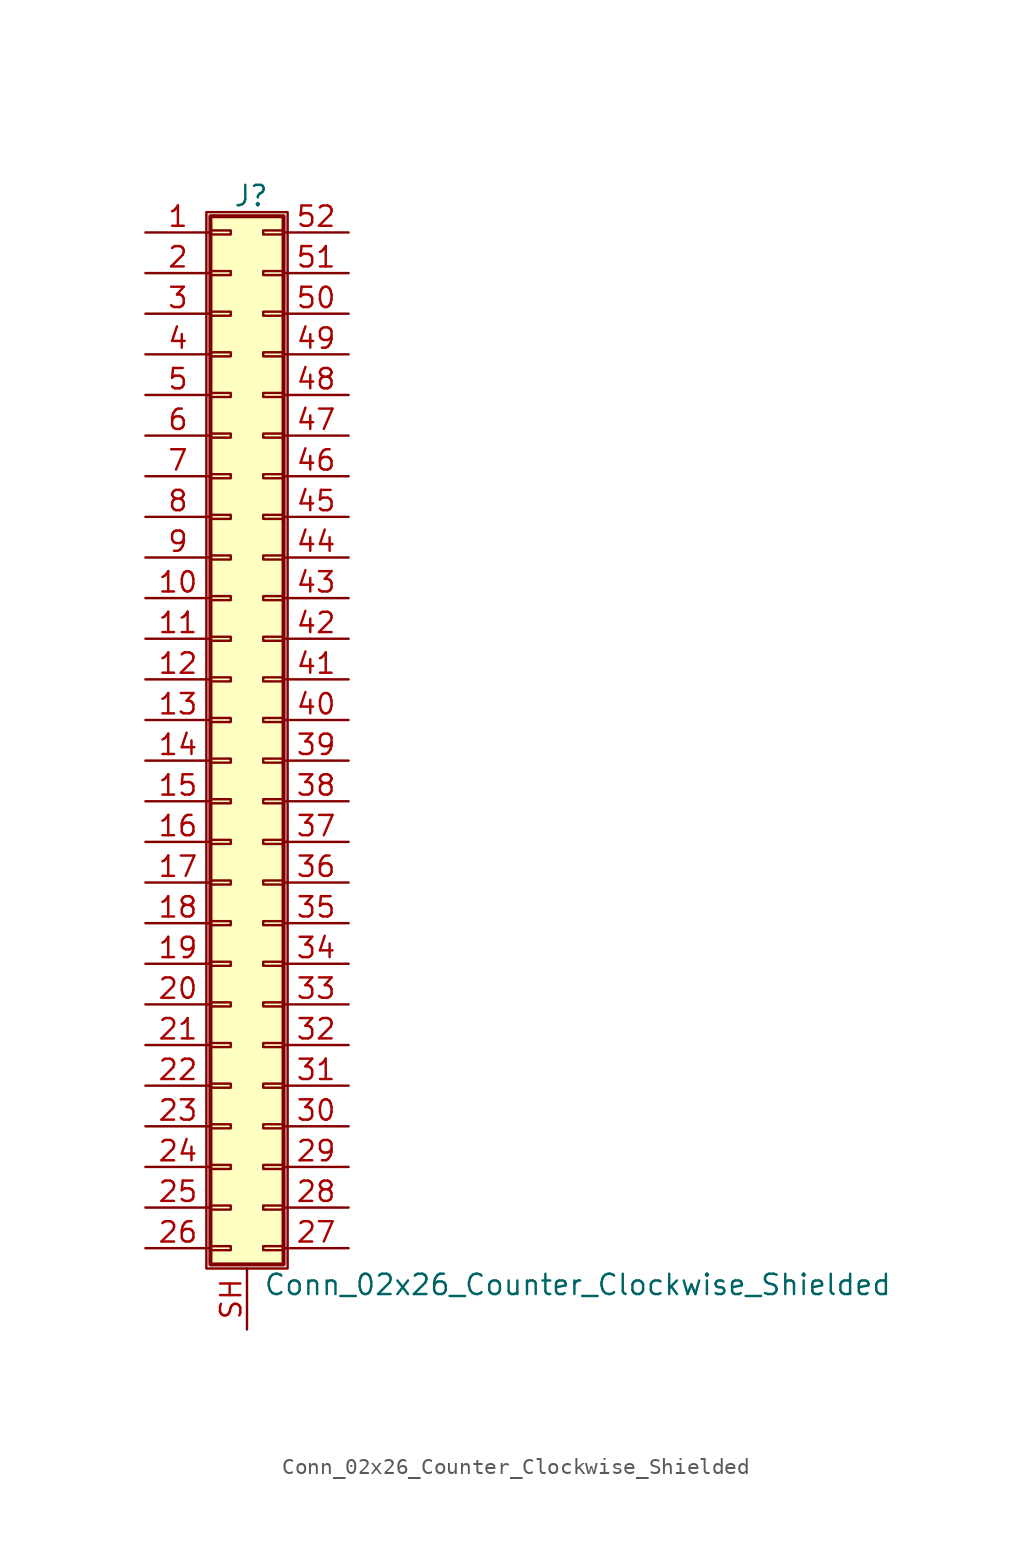
<source format=kicad_sym>
(kicad_symbol_lib
  (version 20201005)
  (generator kicad_symbol_editor)
  (symbol "Connector_Generic_Shielded:Conn_02x26_Counter_Clockwise_Shielded"
    (pin_names
      (offset 1.016) hide)
    (property "Reference" "J"
      (at 1.524 32.766 0)
      (effects (font (size 1.27 1.27))))
    (property "Value" "Conn_02x26_Counter_Clockwise_Shielded"
      (at 2.286 -35.306 0)
      (effects (font (size 1.27 1.27)) (justify left)))
    (symbol "Conn_02x26_Counter_Clockwise_Shielded_1_1"
      (rectangle (start -1.016 -27.813) (end 0.254 -28.067) (stroke (width 0.152)) (fill (type none)))
      (rectangle (start -1.016 -30.353) (end 0.254 -30.607) (stroke (width 0.152)) (fill (type none)))
      (rectangle (start -1.016 -32.893) (end 0.254 -33.147) (stroke (width 0.152)) (fill (type none)))
      (rectangle (start -1.016 -4.953) (end 0.254 -5.207) (stroke (width 0.152)) (fill (type none)))
      (rectangle (start -1.016 -7.493) (end 0.254 -7.747) (stroke (width 0.152)) (fill (type none)))
      (rectangle (start -1.016 -10.033) (end 0.254 -10.287) (stroke (width 0.152)) (fill (type none)))
      (rectangle (start -1.016 -12.573) (end 0.254 -12.827) (stroke (width 0.152)) (fill (type none)))
      (rectangle (start -1.016 -15.113) (end 0.254 -15.367) (stroke (width 0.152)) (fill (type none)))
      (rectangle (start -1.016 -17.653) (end 0.254 -17.907) (stroke (width 0.152)) (fill (type none)))
      (rectangle (start -1.016 -20.193) (end 0.254 -20.447) (stroke (width 0.152)) (fill (type none)))
      (rectangle (start -1.016 -22.733) (end 0.254 -22.987) (stroke (width 0.152)) (fill (type none)))
      (rectangle (start -1.016 -2.413) (end 0.254 -2.667) (stroke (width 0.152)) (fill (type none)))
      (rectangle (start -1.016 -25.273) (end 0.254 -25.527) (stroke (width 0.152)) (fill (type none)))
      (rectangle (start -1.016 25.527) (end 0.254 25.273) (stroke (width 0.152)) (fill (type none)))
      (rectangle (start -1.016 2.667) (end 0.254 2.413) (stroke (width 0.152)) (fill (type none)))
      (rectangle (start -1.016 28.067) (end 0.254 27.813) (stroke (width 0.152)) (fill (type none)))
      (rectangle (start -1.016 30.607) (end 0.254 30.353) (stroke (width 0.152)) (fill (type none)))
      (rectangle (start -1.016 31.496) (end 3.556 -34.036) (stroke (width 0.254)) (fill (type background)))
      (rectangle (start -1.016 5.207) (end 0.254 4.953) (stroke (width 0.152)) (fill (type none)))
      (rectangle (start -1.016 7.747) (end 0.254 7.493) (stroke (width 0.152)) (fill (type none)))
      (rectangle (start -1.016 10.287) (end 0.254 10.033) (stroke (width 0.152)) (fill (type none)))
      (rectangle (start -1.016 0.127) (end 0.254 -0.127) (stroke (width 0.152)) (fill (type none)))
      (rectangle (start -1.016 12.827) (end 0.254 12.573) (stroke (width 0.152)) (fill (type none)))
      (rectangle (start -1.016 15.367) (end 0.254 15.113) (stroke (width 0.152)) (fill (type none)))
      (rectangle (start -1.016 17.907) (end 0.254 17.653) (stroke (width 0.152)) (fill (type none)))
      (rectangle (start -1.016 20.447) (end 0.254 20.193) (stroke (width 0.152)) (fill (type none)))
      (rectangle (start -1.016 22.987) (end 0.254 22.733) (stroke (width 0.152)) (fill (type none)))
      (rectangle (start -1.27 31.75) (end 3.81 -34.29) (stroke (width 0.152)) (fill (type none)))
      (rectangle (start 3.556 -27.813) (end 2.286 -28.067) (stroke (width 0.152)) (fill (type none)))
      (rectangle (start 3.556 -30.353) (end 2.286 -30.607) (stroke (width 0.152)) (fill (type none)))
      (rectangle (start 3.556 -32.893) (end 2.286 -33.147) (stroke (width 0.152)) (fill (type none)))
      (rectangle (start 3.556 -4.953) (end 2.286 -5.207) (stroke (width 0.152)) (fill (type none)))
      (rectangle (start 3.556 -7.493) (end 2.286 -7.747) (stroke (width 0.152)) (fill (type none)))
      (rectangle (start 3.556 -10.033) (end 2.286 -10.287) (stroke (width 0.152)) (fill (type none)))
      (rectangle (start 3.556 -12.573) (end 2.286 -12.827) (stroke (width 0.152)) (fill (type none)))
      (rectangle (start 3.556 -15.113) (end 2.286 -15.367) (stroke (width 0.152)) (fill (type none)))
      (rectangle (start 3.556 -17.653) (end 2.286 -17.907) (stroke (width 0.152)) (fill (type none)))
      (rectangle (start 3.556 -20.193) (end 2.286 -20.447) (stroke (width 0.152)) (fill (type none)))
      (rectangle (start 3.556 -22.733) (end 2.286 -22.987) (stroke (width 0.152)) (fill (type none)))
      (rectangle (start 3.556 -2.413) (end 2.286 -2.667) (stroke (width 0.152)) (fill (type none)))
      (rectangle (start 3.556 -25.273) (end 2.286 -25.527) (stroke (width 0.152)) (fill (type none)))
      (rectangle (start 3.556 25.527) (end 2.286 25.273) (stroke (width 0.152)) (fill (type none)))
      (rectangle (start 3.556 2.667) (end 2.286 2.413) (stroke (width 0.152)) (fill (type none)))
      (rectangle (start 3.556 28.067) (end 2.286 27.813) (stroke (width 0.152)) (fill (type none)))
      (rectangle (start 3.556 30.607) (end 2.286 30.353) (stroke (width 0.152)) (fill (type none)))
      (rectangle (start 3.556 5.207) (end 2.286 4.953) (stroke (width 0.152)) (fill (type none)))
      (rectangle (start 3.556 7.747) (end 2.286 7.493) (stroke (width 0.152)) (fill (type none)))
      (rectangle (start 3.556 10.287) (end 2.286 10.033) (stroke (width 0.152)) (fill (type none)))
      (rectangle (start 3.556 0.127) (end 2.286 -0.127) (stroke (width 0.152)) (fill (type none)))
      (rectangle (start 3.556 12.827) (end 2.286 12.573) (stroke (width 0.152)) (fill (type none)))
      (rectangle (start 3.556 15.367) (end 2.286 15.113) (stroke (width 0.152)) (fill (type none)))
      (rectangle (start 3.556 17.907) (end 2.286 17.653) (stroke (width 0.152)) (fill (type none)))
      (rectangle (start 3.556 20.447) (end 2.286 20.193) (stroke (width 0.152)) (fill (type none)))
      (rectangle (start 3.556 22.987) (end 2.286 22.733) (stroke (width 0.152)) (fill (type none)))
      (pin passive line (at -5.08 30.48 0) (length 4.064) (name "Pin_1" (effects (font (size 1.27 1.27)))) (number "1" (effects (font (size 1.27 1.27)))))
      (pin passive line (at -5.08 7.62 0) (length 4.064) (name "Pin_10" (effects (font (size 1.27 1.27)))) (number "10" (effects (font (size 1.27 1.27)))))
      (pin passive line (at -5.08 5.08 0) (length 4.064) (name "Pin_11" (effects (font (size 1.27 1.27)))) (number "11" (effects (font (size 1.27 1.27)))))
      (pin passive line (at -5.08 2.54 0) (length 4.064) (name "Pin_12" (effects (font (size 1.27 1.27)))) (number "12" (effects (font (size 1.27 1.27)))))
      (pin passive line (at -5.08 0 0) (length 4.064) (name "Pin_13" (effects (font (size 1.27 1.27)))) (number "13" (effects (font (size 1.27 1.27)))))
      (pin passive line (at -5.08 -2.54 0) (length 4.064) (name "Pin_14" (effects (font (size 1.27 1.27)))) (number "14" (effects (font (size 1.27 1.27)))))
      (pin passive line (at -5.08 -5.08 0) (length 4.064) (name "Pin_15" (effects (font (size 1.27 1.27)))) (number "15" (effects (font (size 1.27 1.27)))))
      (pin passive line (at -5.08 -7.62 0) (length 4.064) (name "Pin_16" (effects (font (size 1.27 1.27)))) (number "16" (effects (font (size 1.27 1.27)))))
      (pin passive line (at -5.08 -10.16 0) (length 4.064) (name "Pin_17" (effects (font (size 1.27 1.27)))) (number "17" (effects (font (size 1.27 1.27)))))
      (pin passive line (at -5.08 -12.7 0) (length 4.064) (name "Pin_18" (effects (font (size 1.27 1.27)))) (number "18" (effects (font (size 1.27 1.27)))))
      (pin passive line (at -5.08 -15.24 0) (length 4.064) (name "Pin_19" (effects (font (size 1.27 1.27)))) (number "19" (effects (font (size 1.27 1.27)))))
      (pin passive line (at -5.08 27.94 0) (length 4.064) (name "Pin_2" (effects (font (size 1.27 1.27)))) (number "2" (effects (font (size 1.27 1.27)))))
      (pin passive line (at -5.08 -17.78 0) (length 4.064) (name "Pin_20" (effects (font (size 1.27 1.27)))) (number "20" (effects (font (size 1.27 1.27)))))
      (pin passive line (at -5.08 -20.32 0) (length 4.064) (name "Pin_21" (effects (font (size 1.27 1.27)))) (number "21" (effects (font (size 1.27 1.27)))))
      (pin passive line (at -5.08 -22.86 0) (length 4.064) (name "Pin_22" (effects (font (size 1.27 1.27)))) (number "22" (effects (font (size 1.27 1.27)))))
      (pin passive line (at -5.08 -25.4 0) (length 4.064) (name "Pin_23" (effects (font (size 1.27 1.27)))) (number "23" (effects (font (size 1.27 1.27)))))
      (pin passive line (at -5.08 -27.94 0) (length 4.064) (name "Pin_24" (effects (font (size 1.27 1.27)))) (number "24" (effects (font (size 1.27 1.27)))))
      (pin passive line (at -5.08 -30.48 0) (length 4.064) (name "Pin_25" (effects (font (size 1.27 1.27)))) (number "25" (effects (font (size 1.27 1.27)))))
      (pin passive line (at -5.08 -33.02 0) (length 4.064) (name "Pin_26" (effects (font (size 1.27 1.27)))) (number "26" (effects (font (size 1.27 1.27)))))
      (pin passive line (at 7.62 -33.02 180) (length 4.064) (name "Pin_27" (effects (font (size 1.27 1.27)))) (number "27" (effects (font (size 1.27 1.27)))))
      (pin passive line (at 7.62 -30.48 180) (length 4.064) (name "Pin_28" (effects (font (size 1.27 1.27)))) (number "28" (effects (font (size 1.27 1.27)))))
      (pin passive line (at 7.62 -27.94 180) (length 4.064) (name "Pin_29" (effects (font (size 1.27 1.27)))) (number "29" (effects (font (size 1.27 1.27)))))
      (pin passive line (at -5.08 25.4 0) (length 4.064) (name "Pin_3" (effects (font (size 1.27 1.27)))) (number "3" (effects (font (size 1.27 1.27)))))
      (pin passive line (at 7.62 -25.4 180) (length 4.064) (name "Pin_30" (effects (font (size 1.27 1.27)))) (number "30" (effects (font (size 1.27 1.27)))))
      (pin passive line (at 7.62 -22.86 180) (length 4.064) (name "Pin_31" (effects (font (size 1.27 1.27)))) (number "31" (effects (font (size 1.27 1.27)))))
      (pin passive line (at 7.62 -20.32 180) (length 4.064) (name "Pin_32" (effects (font (size 1.27 1.27)))) (number "32" (effects (font (size 1.27 1.27)))))
      (pin passive line (at 7.62 -17.78 180) (length 4.064) (name "Pin_33" (effects (font (size 1.27 1.27)))) (number "33" (effects (font (size 1.27 1.27)))))
      (pin passive line (at 7.62 -15.24 180) (length 4.064) (name "Pin_34" (effects (font (size 1.27 1.27)))) (number "34" (effects (font (size 1.27 1.27)))))
      (pin passive line (at 7.62 -12.7 180) (length 4.064) (name "Pin_35" (effects (font (size 1.27 1.27)))) (number "35" (effects (font (size 1.27 1.27)))))
      (pin passive line (at 7.62 -10.16 180) (length 4.064) (name "Pin_36" (effects (font (size 1.27 1.27)))) (number "36" (effects (font (size 1.27 1.27)))))
      (pin passive line (at 7.62 -7.62 180) (length 4.064) (name "Pin_37" (effects (font (size 1.27 1.27)))) (number "37" (effects (font (size 1.27 1.27)))))
      (pin passive line (at 7.62 -5.08 180) (length 4.064) (name "Pin_38" (effects (font (size 1.27 1.27)))) (number "38" (effects (font (size 1.27 1.27)))))
      (pin passive line (at 7.62 -2.54 180) (length 4.064) (name "Pin_39" (effects (font (size 1.27 1.27)))) (number "39" (effects (font (size 1.27 1.27)))))
      (pin passive line (at -5.08 22.86 0) (length 4.064) (name "Pin_4" (effects (font (size 1.27 1.27)))) (number "4" (effects (font (size 1.27 1.27)))))
      (pin passive line (at 7.62 0 180) (length 4.064) (name "Pin_40" (effects (font (size 1.27 1.27)))) (number "40" (effects (font (size 1.27 1.27)))))
      (pin passive line (at 7.62 2.54 180) (length 4.064) (name "Pin_41" (effects (font (size 1.27 1.27)))) (number "41" (effects (font (size 1.27 1.27)))))
      (pin passive line (at 7.62 5.08 180) (length 4.064) (name "Pin_42" (effects (font (size 1.27 1.27)))) (number "42" (effects (font (size 1.27 1.27)))))
      (pin passive line (at 7.62 7.62 180) (length 4.064) (name "Pin_43" (effects (font (size 1.27 1.27)))) (number "43" (effects (font (size 1.27 1.27)))))
      (pin passive line (at 7.62 10.16 180) (length 4.064) (name "Pin_44" (effects (font (size 1.27 1.27)))) (number "44" (effects (font (size 1.27 1.27)))))
      (pin passive line (at 7.62 12.7 180) (length 4.064) (name "Pin_45" (effects (font (size 1.27 1.27)))) (number "45" (effects (font (size 1.27 1.27)))))
      (pin passive line (at 7.62 15.24 180) (length 4.064) (name "Pin_46" (effects (font (size 1.27 1.27)))) (number "46" (effects (font (size 1.27 1.27)))))
      (pin passive line (at 7.62 17.78 180) (length 4.064) (name "Pin_47" (effects (font (size 1.27 1.27)))) (number "47" (effects (font (size 1.27 1.27)))))
      (pin passive line (at 7.62 20.32 180) (length 4.064) (name "Pin_48" (effects (font (size 1.27 1.27)))) (number "48" (effects (font (size 1.27 1.27)))))
      (pin passive line (at 7.62 22.86 180) (length 4.064) (name "Pin_49" (effects (font (size 1.27 1.27)))) (number "49" (effects (font (size 1.27 1.27)))))
      (pin passive line (at -5.08 20.32 0) (length 4.064) (name "Pin_5" (effects (font (size 1.27 1.27)))) (number "5" (effects (font (size 1.27 1.27)))))
      (pin passive line (at 7.62 25.4 180) (length 4.064) (name "Pin_50" (effects (font (size 1.27 1.27)))) (number "50" (effects (font (size 1.27 1.27)))))
      (pin passive line (at 7.62 27.94 180) (length 4.064) (name "Pin_51" (effects (font (size 1.27 1.27)))) (number "51" (effects (font (size 1.27 1.27)))))
      (pin passive line (at 7.62 30.48 180) (length 4.064) (name "Pin_52" (effects (font (size 1.27 1.27)))) (number "52" (effects (font (size 1.27 1.27)))))
      (pin passive line (at -5.08 17.78 0) (length 4.064) (name "Pin_6" (effects (font (size 1.27 1.27)))) (number "6" (effects (font (size 1.27 1.27)))))
      (pin passive line (at -5.08 15.24 0) (length 4.064) (name "Pin_7" (effects (font (size 1.27 1.27)))) (number "7" (effects (font (size 1.27 1.27)))))
      (pin passive line (at -5.08 12.7 0) (length 4.064) (name "Pin_8" (effects (font (size 1.27 1.27)))) (number "8" (effects (font (size 1.27 1.27)))))
      (pin passive line (at -5.08 10.16 0) (length 4.064) (name "Pin_9" (effects (font (size 1.27 1.27)))) (number "9" (effects (font (size 1.27 1.27)))))
      (pin passive line (at 1.27 -38.1 90) (length 3.81) (name "Shield" (effects (font (size 1.27 1.27)))) (number "SH" (effects (font (size 1.27 1.27))))))))
</source>
